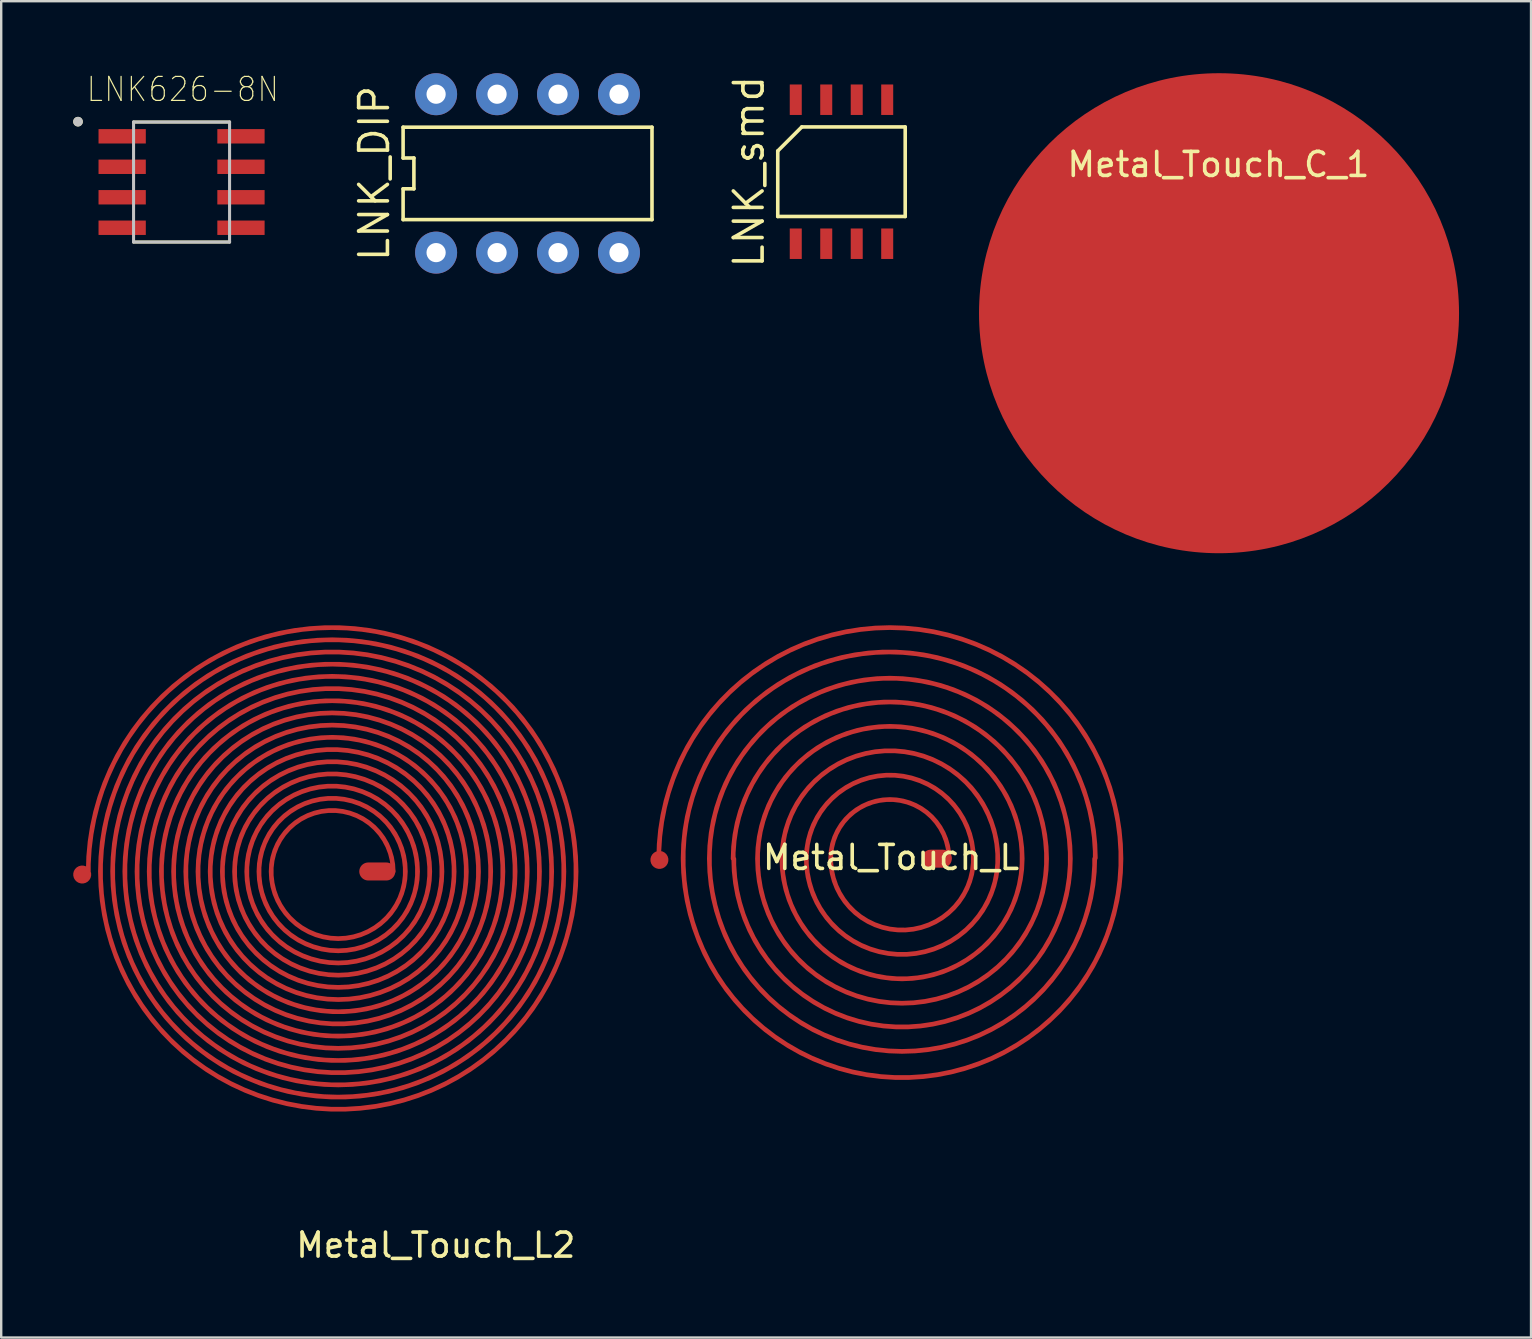
<source format=kicad_pcb>
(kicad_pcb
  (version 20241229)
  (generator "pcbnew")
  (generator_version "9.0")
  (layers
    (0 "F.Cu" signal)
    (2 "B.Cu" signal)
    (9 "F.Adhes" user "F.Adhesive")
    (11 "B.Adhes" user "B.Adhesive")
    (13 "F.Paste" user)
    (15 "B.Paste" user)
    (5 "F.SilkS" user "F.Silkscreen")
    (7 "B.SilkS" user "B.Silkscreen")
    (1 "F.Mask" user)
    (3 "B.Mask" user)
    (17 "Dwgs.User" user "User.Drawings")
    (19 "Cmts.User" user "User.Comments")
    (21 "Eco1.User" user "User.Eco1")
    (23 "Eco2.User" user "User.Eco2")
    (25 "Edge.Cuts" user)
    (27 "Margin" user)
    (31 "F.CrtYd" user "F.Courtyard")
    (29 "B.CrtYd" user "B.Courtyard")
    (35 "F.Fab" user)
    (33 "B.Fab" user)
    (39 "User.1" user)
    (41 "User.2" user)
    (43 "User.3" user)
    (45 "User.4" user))
  (footprint "Metal_Touch_L2"
    (layer "F.Cu")
    (at 10.789 33.26)
    (property "Reference" "Metal_Touch_L2" (at 4.318 15.57 0) (layer "F.SilkS") (effects (font (size 1 1) (thickness 0.15))))
    (attr through_hole)
    (pad "1" smd custom (at -10.414 0.127) (size 0.75 0.75) (layers "F.Cu" "F.Mask" "F.Paste") (options (anchor circle)) (primitives (gr_arc (start 0.254 -0.127) (mid 10.414 -10.287) (end 20.574 -0.127) (width 0.2)) (gr_arc (start 3.302 -0.127) (mid 10.414 -7.239) (end 17.526 -0.127) (width 0.2)) (gr_arc (start 18.034 -0.127) (mid 10.668 7.239) (end 3.302 -0.127) (width 0.2)) (gr_arc (start 17.526 -0.127) (mid 10.668 6.731) (end 3.81 -0.127) (width 0.2)) (gr_arc (start 20.574 -0.127) (mid 10.668 9.779) (end 0.762 -0.127) (width 0.2)) (gr_arc (start 0.762 -0.127) (mid 10.414 -9.779) (end 20.066 -0.127) (width 0.2)) (gr_arc (start 1.778 -0.127) (mid 10.414 -8.763) (end 19.05 -0.127) (width 0.2)) (gr_arc (start 19.558 -0.127) (mid 10.668 8.763) (end 1.778 -0.127) (width 0.2)) (gr_arc (start 1.27 -0.127) (mid 10.414 -9.271) (end 19.558 -0.127) (width 0.2)) (gr_arc (start 20.066 -0.127) (mid 10.668 9.271) (end 1.27 -0.127) (width 0.2)) (gr_arc (start 7.366 -0.127) (mid 10.414 -3.175) (end 13.462 -0.127) (width 0.2)) (gr_arc (start 14.478 -0.127) (mid 10.668 3.683) (end 6.858 -0.127) (width 0.2)) (gr_arc (start 6.858 -0.127) (mid 10.414 -3.683) (end 13.97 -0.127) (width 0.2)) (gr_arc (start 6.35 -0.127) (mid 10.414 -4.191) (end 14.478 -0.127) (width 0.2)) (gr_arc (start 14.986 -0.127) (mid 10.668 4.191) (end 6.35 -0.127) (width 0.2)) (gr_arc (start 13.97 -0.127) (mid 10.668 3.175) (end 7.366 -0.127) (width 0.2)) (gr_arc (start 7.874 -0.127) (mid 10.414 -2.667) (end 12.954 -0.127) (width 0.2)) (gr_arc (start 5.842 -0.127) (mid 10.414 -4.699) (end 14.986 -0.127) (width 0.2)) (gr_arc (start 13.462 -0.127) (mid 10.668 2.667) (end 7.874 -0.127) (width 0.2)) (gr_arc (start 5.334 -0.127) (mid 10.414 -5.207) (end 15.494 -0.127) (width 0.2)) (gr_arc (start 15.494 -0.127) (mid 10.668 4.699) (end 5.842 -0.127) (width 0.2)) (gr_arc (start 17.018 -0.127) (mid 10.668 6.223) (end 4.318 -0.127) (width 0.2)) (gr_arc (start 16.51 -0.127) (mid 10.668 5.715) (end 4.826 -0.127) (width 0.2)) (gr_arc (start 16.002 -0.127) (mid 10.668 5.207) (end 5.334 -0.127) (width 0.2)) (gr_arc (start 4.826 -0.127) (mid 10.414 -5.715) (end 16.002 -0.127) (width 0.2)) (gr_arc (start 4.318 -0.127) (mid 10.414 -6.223) (end 16.51 -0.127) (width 0.2)) (gr_arc (start 3.81 -0.127) (mid 10.414 -6.731) (end 17.018 -0.127) (width 0.2)) (gr_arc (start 2.794 -0.127) (mid 10.414 -7.747) (end 18.034 -0.127) (width 0.2)) (gr_arc (start 2.286 -0.127) (mid 10.414 -8.255) (end 18.542 -0.127) (width 0.2)) (gr_arc (start 18.542 -0.127) (mid 10.668 7.747) (end 2.794 -0.127) (width 0.2)) (gr_arc (start 19.05 -0.127) (mid 10.668 8.255) (end 2.286 -0.127) (width 0.2))))
    (pad "2" smd oval (at 1.88 0 90) (size 0.75 1.5) (layers "F.Cu" "F.Mask" "F.Paste")))
  (footprint "LNK_smd"
    (layer "F.Cu")
    (at 32.01 4.105)
    (property "Reference" "LNK_smd" (at -3.855 0 90) (layer "F.SilkS") (effects (font (size 1.2 1.2) (thickness 0.15))))
    (attr through_hole)
    (fp_line (start -2.655 -0.865) (end -2.655 1.865) (stroke (width 0.15) (type solid)) (layer "F.SilkS"))
    (fp_line (start -2.655 1.865) (end 2.655 1.865) (stroke (width 0.15) (type solid)) (layer "F.SilkS"))
    (fp_line (start -1.655 -1.865) (end -2.655 -0.865) (stroke (width 0.15) (type solid)) (layer "F.SilkS"))
    (fp_line (start 2.655 -1.865) (end -1.655 -1.865) (stroke (width 0.15) (type solid)) (layer "F.SilkS"))
    (fp_line (start 2.655 1.865) (end 2.655 -1.865) (stroke (width 0.15) (type solid)) (layer "F.SilkS"))
    (pad "1" smd rect (at -1.905 3) (size 0.5 1.27) (layers "F.Cu" "F.Mask" "F.Paste"))
    (pad "2" smd rect (at -0.635 3) (size 0.5 1.27) (layers "F.Cu" "F.Mask" "F.Paste"))
    (pad "3" smd rect (at 0.635 3) (size 0.5 1.27) (layers "F.Cu" "F.Mask" "F.Paste"))
    (pad "4" smd rect (at 1.905 3) (size 0.5 1.27) (layers "F.Cu" "F.Mask" "F.Paste"))
    (pad "5" smd rect (at 1.905 -3) (size 0.5 1.27) (layers "F.Cu" "F.Mask" "F.Paste"))
    (pad "6" smd rect (at 0.635 -3) (size 0.5 1.27) (layers "F.Cu" "F.Mask" "F.Paste"))
    (pad "7" smd rect (at -0.635 -3) (size 0.5 1.27) (layers "F.Cu" "F.Mask" "F.Paste"))
    (pad "8" smd rect (at -1.905 -3) (size 0.5 1.27) (layers "F.Cu" "F.Mask" "F.Paste")))
  (footprint "LNK_DIP"
    (layer "F.Cu")
    (at 18.93 4.175)
    (property "Reference" "LNK_DIP" (at -6.385 0 90) (layer "F.SilkS") (effects (font (size 1.2 1.2) (thickness 0.15))))
    (attr through_hole)
    (fp_line (start -5.185 -1.925) (end -5.185 -0.642) (stroke (width 0.15) (type solid)) (layer "F.SilkS"))
    (fp_line (start -5.185 -0.642) (end -4.735 -0.642) (stroke (width 0.15) (type solid)) (layer "F.SilkS"))
    (fp_line (start -5.185 0.642) (end -5.185 1.925) (stroke (width 0.15) (type solid)) (layer "F.SilkS"))
    (fp_line (start -5.185 1.925) (end 5.185 1.925) (stroke (width 0.15) (type solid)) (layer "F.SilkS"))
    (fp_line (start -4.735 -0.642) (end -4.735 0.642) (stroke (width 0.15) (type solid)) (layer "F.SilkS"))
    (fp_line (start -4.735 0.642) (end -5.185 0.642) (stroke (width 0.15) (type solid)) (layer "F.SilkS"))
    (fp_line (start 5.185 -1.925) (end -5.185 -1.925) (stroke (width 0.15) (type solid)) (layer "F.SilkS"))
    (fp_line (start 5.185 1.925) (end 5.185 -1.925) (stroke (width 0.15) (type solid)) (layer "F.SilkS"))
    (pad "1" thru_hole circle (at -3.81 3.3) (size 1.75 1.75) (drill 0.8) (layers "*.Cu" "*.Mask"))
    (pad "2" thru_hole circle (at -1.27 3.3) (size 1.75 1.75) (drill 0.8) (layers "*.Cu" "*.Mask"))
    (pad "3" thru_hole circle (at 1.27 3.3) (size 1.75 1.75) (drill 0.8) (layers "*.Cu" "*.Mask"))
    (pad "4" thru_hole circle (at 3.81 3.3) (size 1.75 1.75) (drill 0.8) (layers "*.Cu" "*.Mask"))
    (pad "5" thru_hole circle (at 3.81 -3.3) (size 1.75 1.75) (drill 0.8) (layers "*.Cu" "*.Mask"))
    (pad "6" thru_hole circle (at 1.27 -3.3) (size 1.75 1.75) (drill 0.8) (layers "*.Cu" "*.Mask"))
    (pad "7" thru_hole circle (at -1.27 -3.3) (size 1.75 1.75) (drill 0.8) (layers "*.Cu" "*.Mask"))
    (pad "8" thru_hole circle (at -3.81 -3.3) (size 1.75 1.75) (drill 0.8) (layers "*.Cu" "*.Mask")))
  (footprint "Metal_Touch_L"
    (layer "F.Cu")
    (at 34.025 32.727)
    (property "Reference" "Metal_Touch_L" (at 0.051 -0.051 0) (layer "F.SilkS") (effects (font (size 1 1) (thickness 0.15))))
    (attr through_hole)
    (pad "1" smd custom (at -9.601 0.051) (size 0.75 1.25) (layers "F.Cu" "F.Mask" "F.Paste") (options (anchor circle)) (primitives (gr_arc (start 5.1054 -0.0508) (mid 9.6012 -4.5466) (end 14.097 -0.0508) (width 0.2)) (gr_arc (start 3.0734 -0.0508) (mid 9.6012 -6.5786) (end 16.129 -0.0508) (width 0.2)) (gr_arc (start -0.0254 -0.0508) (mid 9.6012 -9.6774) (end 19.2278 -0.0508) (width 0.2)) (gr_arc (start 18.1356 -0.0508) (mid 10.1092 7.9756) (end 2.0828 -0.0508) (width 0.2)) (gr_arc (start 15.113 -0.0508) (mid 10.1092 4.953) (end 5.1054 -0.0508) (width 0.2)) (gr_arc (start 6.121799 -0.103518) (mid 9.62756 -3.530501) (end 13.081 -0.0508) (width 0.2)) (gr_arc (start 19.2278 -0.0508) (mid 10.1092 9.0678) (end 0.9906 -0.0508) (width 0.2)) (gr_arc (start 2.0828 -0.0508) (mid 9.6012 -7.5692) (end 17.1196 -0.0508) (width 0.2)) (gr_arc (start 13.081107 -0.047788) (mid 10.094994 2.921075) (end 7.1374 -0.0762) (width 0.2)) (gr_arc (start 17.1196 -0.0508) (mid 10.1092 6.9596) (end 3.0988 -0.0508) (width 0.2)) (gr_arc (start 4.0894 -0.0508) (mid 9.6012 -5.5626) (end 15.113 -0.0508) (width 0.2)) (gr_arc (start 7.137542 -0.077291) (mid 7.868421 -1.802311) (end 9.6012 -2.5146) (width 0.2)) (gr_arc (start 9.6012 -2.5146) (mid 11.34337 -1.79297) (end 12.065 -0.0508) (width 0.2)) (gr_arc (start 14.097 -0.0508) (mid 10.1092 3.937) (end 6.1214 -0.0508) (width 0.2)) (gr_arc (start 16.129 -0.0508) (mid 10.1092 5.969) (end 4.0894 -0.0508) (width 0.2)) (gr_arc (start 0.9906 -0.0762) (mid 9.5758 -8.6614) (end 18.161 -0.0762) (width 0.2))))
    (pad "2" smd oval (at 1.956 0 90) (size 0.75 1.25) (layers "F.Cu" "F.Mask" "F.Paste")))
  (footprint "LNK626-8N"
    (layer "F.Cu")
    (at 4.515 4.534)
    (property "Reference" "LNK626-8N" (at 0.051 -3.861 0) (layer "F.SilkS") (effects (font (size 1 0.9) (thickness 0.05))))
    (attr smd)
    (fp_line (start -2 -2.5) (end 2 -2.5) (stroke (width 0.127) (type solid)) (layer "F.SilkS"))
    (fp_line (start -2 2.5) (end 2 2.5) (stroke (width 0.127) (type solid)) (layer "F.SilkS"))
    (fp_circle (center -4.315 -2.515) (end -4.115 -2.515) (stroke (width 0) (type solid)) (fill yes) (layer "F.SilkS"))
    (fp_line (start -2 -2.5) (end -2 2.5) (stroke (width 0.127) (type solid)) (layer "Dwgs.User"))
    (fp_line (start -2 -2.5) (end 2 -2.5) (stroke (width 0.127) (type solid)) (layer "Dwgs.User"))
    (fp_line (start -2 2.5) (end 2 2.5) (stroke (width 0.127) (type solid)) (layer "Dwgs.User"))
    (fp_line (start 2 -2.5) (end 2 2.5) (stroke (width 0.127) (type solid)) (layer "Dwgs.User"))
    (fp_circle (center -4.315 -2.515) (end -4.115 -2.515) (stroke (width 0) (type solid)) (fill yes) (layer "Dwgs.User"))
    (fp_line (start -3.71 -2.75) (end -3.71 2.75) (stroke (width 0.05) (type solid)) (layer "Eco1.User"))
    (fp_line (start -3.71 -2.75) (end 3.71 -2.75) (stroke (width 0.05) (type solid)) (layer "Eco1.User"))
    (fp_line (start -3.71 2.75) (end 3.71 2.75) (stroke (width 0.05) (type solid)) (layer "Eco1.User"))
    (fp_line (start 3.71 -2.75) (end 3.71 2.75) (stroke (width 0.05) (type solid)) (layer "Eco1.User"))
    (pad "1" smd rect (at -2.475 -1.905) (size 1.97 0.6) (layers "F.Cu" "F.Mask" "F.Paste"))
    (pad "2" smd rect (at -2.475 -0.635) (size 1.97 0.6) (layers "F.Cu" "F.Mask" "F.Paste"))
    (pad "3" smd rect (at -2.475 0.635) (size 1.97 0.6) (layers "F.Cu" "F.Mask" "F.Paste"))
    (pad "4" smd rect (at -2.475 1.905) (size 1.97 0.6) (layers "F.Cu" "F.Mask" "F.Paste"))
    (pad "5" smd rect (at 2.475 1.905) (size 1.97 0.6) (layers "F.Cu" "F.Mask" "F.Paste"))
    (pad "6" smd rect (at 2.475 0.635) (size 1.97 0.6) (layers "F.Cu" "F.Mask" "F.Paste"))
    (pad "7" smd rect (at 2.475 -0.635) (size 1.97 0.6) (layers "F.Cu" "F.Mask" "F.Paste"))
    (pad "8" smd rect (at 2.475 -1.905) (size 1.97 0.6) (layers "F.Cu" "F.Mask" "F.Paste")))
  (footprint "Metal_Touch_C_1"
    (layer "F.Cu")
    (at 47.74 10)
    (property "Reference" "Metal_Touch_C_1" (at -0.025 -6.198 0) (layer "F.SilkS") (effects (font (size 1 1) (thickness 0.15))))
    (attr through_hole)
    (pad "1" smd circle (at 0 0) (size 20 20) (layers "F.Cu" "F.Mask" "F.Paste")))
  (gr_rect
    (start -3 -3)
    (end 60.74 52.678)
    (stroke (width 0.1) (type default))
    (fill no)
    (layer "Edge.Cuts")))
</source>
